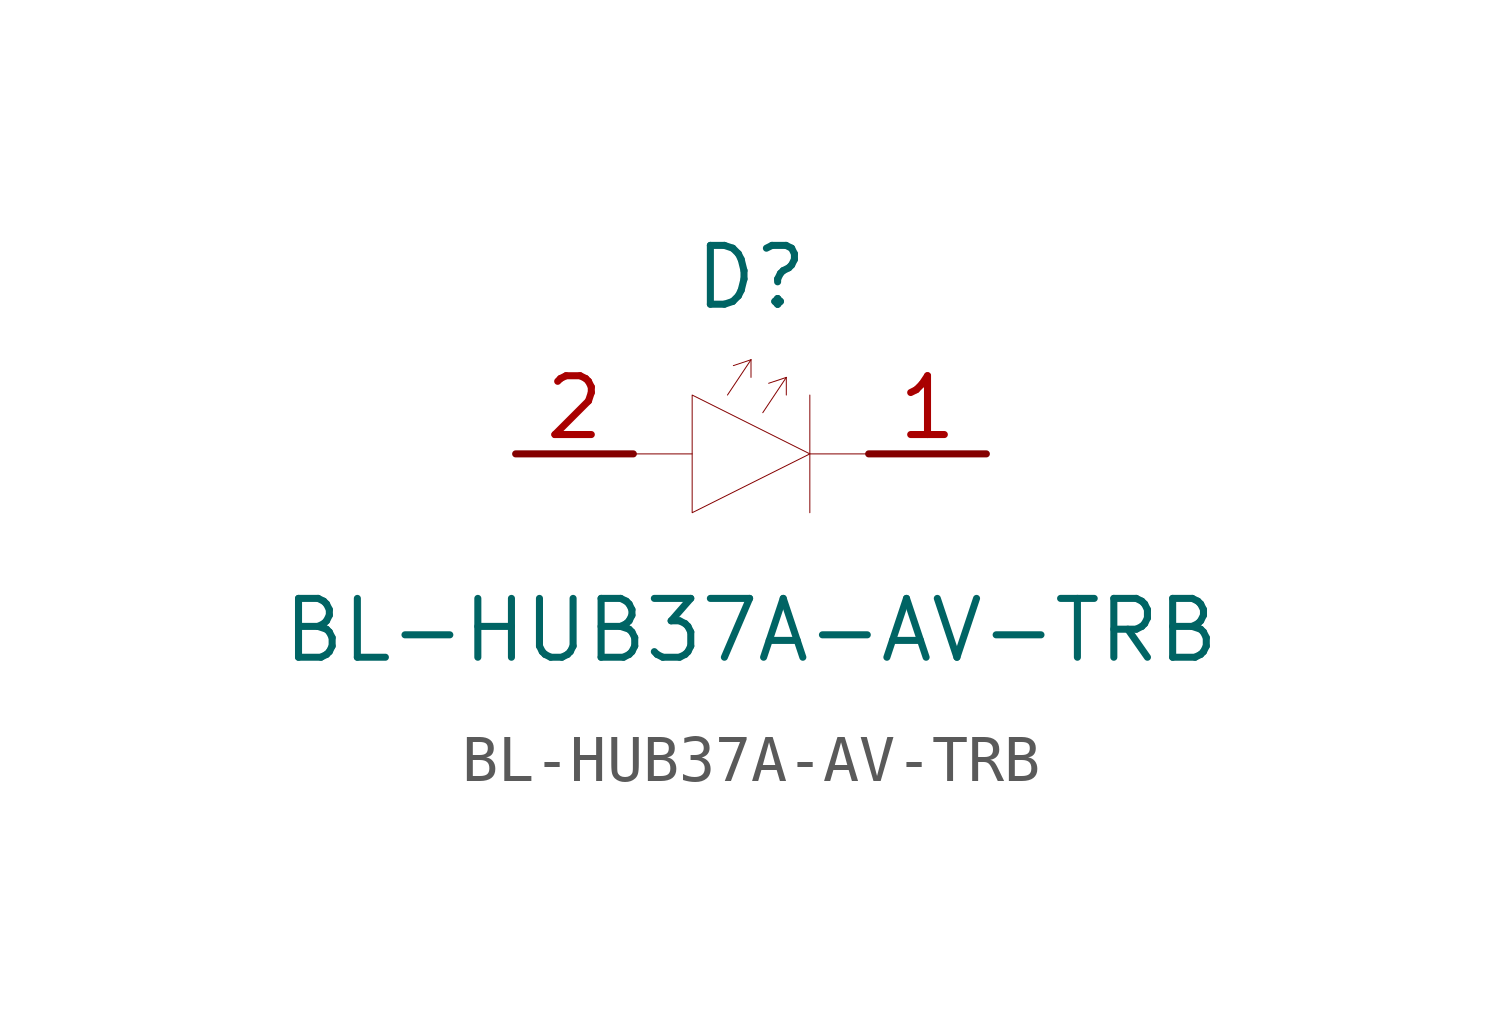
<source format=kicad_sym>
(kicad_symbol_lib
  (version 20200126)
  (host kicad_symbol_editor "(5.99.0-2251-g5226d6b4d)")
  (symbol "BL-HUB37A-AV-TRB:BL-HUB37A-AV-TRB"
    (pin_names hide)
    (property "Reference" "D"
      (at 0 3.81 0)
      (effects (font (size 1.27 1.27))))
    (property "Value" "BL-HUB37A-AV-TRB"
      (at 0 -3.81 0)
      (effects (font (size 1.27 1.27))))
    (symbol "BL-HUB37A-AV-TRB_0_1"
      (polyline (pts (xy -1.27 1.27) (xy -1.27 -1.27) (xy 1.27 0) (xy -1.27 1.27)) (stroke (width 0.001)) (fill (type none)))
      (polyline (pts (xy 1.27 1.27) (xy 1.27 -1.27)) (stroke (width 0.001)) (fill (type none)))
      (polyline (pts (xy 1.27 0) (xy 2.54 0)) (stroke (width 0.001)) (fill (type none)))
      (polyline (pts (xy -1.27 0) (xy -2.54 0)) (stroke (width 0.001)) (fill (type none)))
      (polyline (pts (xy -0.508 1.27) (xy 0 2.032)) (stroke (width 0.001)) (fill (type none)))
      (polyline (pts (xy 0 2.032) (xy 0 1.651)) (stroke (width 0.001)) (fill (type none)))
      (polyline (pts (xy 0 2.032) (xy -0.381 1.905)) (stroke (width 0.001)) (fill (type none)))
      (polyline (pts (xy 0.254 0.889) (xy 0.762 1.651)) (stroke (width 0.001)) (fill (type none)))
      (polyline (pts (xy 0.762 1.651) (xy 0.762 1.27)) (stroke (width 0.001)) (fill (type none)))
      (polyline (pts (xy 0.762 1.651) (xy 0.381 1.524)) (stroke (width 0.001)) (fill (type none))))
    (symbol "BL-HUB37A-AV-TRB_0_0"
      (pin output line (at 5.08 0 180) (length 2.54) (name "A" (effects (font (size 1.27 1.27)))) (number "1" (effects (font (size 1.27 1.27)))))
      (pin input line (at -5.08 0 0) (length 2.54) (name "K" (effects (font (size 1.27 1.27)))) (number "2" (effects (font (size 1.27 1.27))))))))
</source>
